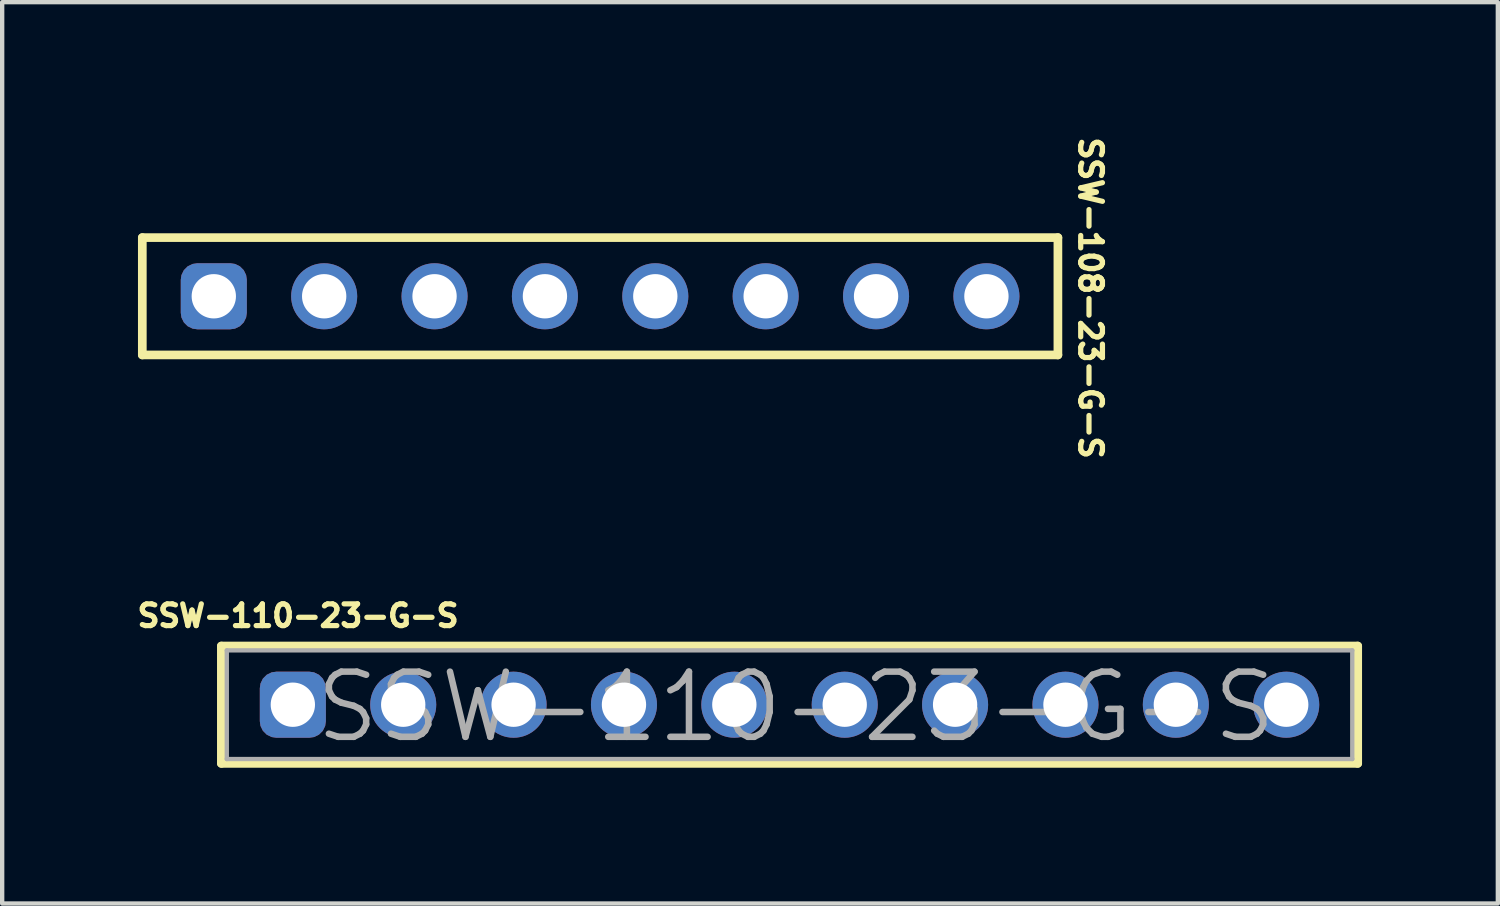
<source format=kicad_pcb>
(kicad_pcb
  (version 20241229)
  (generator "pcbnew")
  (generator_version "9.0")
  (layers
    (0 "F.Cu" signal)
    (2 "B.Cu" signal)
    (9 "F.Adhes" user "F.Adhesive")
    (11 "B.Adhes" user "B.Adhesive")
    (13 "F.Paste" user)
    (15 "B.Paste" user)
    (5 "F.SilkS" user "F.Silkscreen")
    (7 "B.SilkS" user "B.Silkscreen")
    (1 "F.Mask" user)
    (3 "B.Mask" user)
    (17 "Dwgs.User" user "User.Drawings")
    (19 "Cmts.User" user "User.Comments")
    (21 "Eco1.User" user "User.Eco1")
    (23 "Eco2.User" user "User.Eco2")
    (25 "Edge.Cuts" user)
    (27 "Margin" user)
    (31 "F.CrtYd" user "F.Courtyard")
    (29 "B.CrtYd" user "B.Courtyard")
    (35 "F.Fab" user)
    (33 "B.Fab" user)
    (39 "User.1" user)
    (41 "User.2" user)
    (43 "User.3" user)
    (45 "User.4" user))
  (footprint "SSW-110-23-G-S"
    (layer "F.Cu")
    (at 15.119 13.167)
    (property "Reference" "SSW-110-23-G-S" (at -11.31 -2.046 0) (unlocked yes) (layer "F.SilkS") (effects (font (size 0.5 0.5) (thickness 0.12))))
    (fp_line (start -13.075 -1.35) (end 13.075 -1.35) (stroke (width 0.2) (type solid)) (layer "F.SilkS"))
    (fp_line (start -13.075 1.35) (end -13.075 -1.35) (stroke (width 0.2) (type solid)) (layer "F.SilkS"))
    (fp_line (start -13.075 1.35) (end 13.075 1.35) (stroke (width 0.2) (type solid)) (layer "F.SilkS"))
    (fp_line (start 13.075 1.35) (end 13.075 -1.35) (stroke (width 0.2) (type solid)) (layer "F.SilkS"))
    (fp_line (start -12.95 -1.25) (end 12.95 -1.25) (stroke (width 0.1) (type solid)) (layer "F.Fab"))
    (fp_line (start -12.95 1.25) (end -12.95 -1.25) (stroke (width 0.1) (type solid)) (layer "F.Fab"))
    (fp_line (start -12.95 1.25) (end 12.95 1.25) (stroke (width 0.1) (type solid)) (layer "F.Fab"))
    (fp_line (start 12.95 1.25) (end 12.95 -1.25) (stroke (width 0.1) (type solid)) (layer "F.Fab"))
    (fp_line (start -12.95 -1.25) (end 12.95 -1.25) (stroke (width 0.1) (type solid)) (layer "User.4"))
    (fp_line (start -12.95 1.25) (end -12.95 -1.25) (stroke (width 0.1) (type solid)) (layer "User.4"))
    (fp_line (start -12.95 1.25) (end 12.95 1.25) (stroke (width 0.1) (type solid)) (layer "User.4"))
    (fp_line (start 12.95 1.25) (end 12.95 -1.25) (stroke (width 0.1) (type solid)) (layer "User.4"))
    (fp_line (start -13.275 -1.55) (end 13.275 -1.55) (stroke (width 0.05) (type solid)) (layer "User.13"))
    (fp_line (start -13.275 1.55) (end -13.275 -1.55) (stroke (width 0.05) (type solid)) (layer "User.13"))
    (fp_line (start -13.275 1.55) (end 13.275 1.55) (stroke (width 0.05) (type solid)) (layer "User.13"))
    (fp_line (start -0.5 0) (end 0.5 0) (stroke (width 0.05) (type solid)) (layer "User.13"))
    (fp_line (start 0 0.5) (end 0 -0.5) (stroke (width 0.05) (type solid)) (layer "User.13"))
    (fp_line (start 13.275 1.55) (end 13.275 -1.55) (stroke (width 0.05) (type solid)) (layer "User.13"))
    (fp_text user "" (at 10.75 -1.639 0) (unlocked yes) (layer "F.SilkS") (effects (font (size 0.5 0.5) (thickness 0.12)) (justify left bottom)))
    (fp_text user "" (at -11.62 -1.639 0) (unlocked yes) (layer "F.SilkS") (effects (font (size 0.5 0.5) (thickness 0.12)) (justify left bottom)))
    (fp_text user "${REFERENCE}" (at 0.15 0.053 0) (unlocked yes) (layer "F.Fab") (effects (font (size 1.5 1.5) (thickness 0.15))))
    (pad "1" thru_hole roundrect (at -11.43 0) (size 1.52 1.52) (drill 1.02) (layers "*.Cu" "*.Mask") (roundrect_rratio 0.25))
    (pad "2" thru_hole circle (at -8.89 0) (size 1.52 1.52) (drill 1.02) (layers "*.Cu" "*.Mask"))
    (pad "3" thru_hole circle (at -6.35 0) (size 1.52 1.52) (drill 1.02) (layers "*.Cu" "*.Mask"))
    (pad "4" thru_hole circle (at -3.81 0) (size 1.52 1.52) (drill 1.02) (layers "*.Cu" "*.Mask"))
    (pad "5" thru_hole circle (at -1.27 0) (size 1.52 1.52) (drill 1.02) (layers "*.Cu" "*.Mask"))
    (pad "6" thru_hole circle (at 1.27 0) (size 1.52 1.52) (drill 1.02) (layers "*.Cu" "*.Mask"))
    (pad "7" thru_hole circle (at 3.81 0) (size 1.52 1.52) (drill 1.02) (layers "*.Cu" "*.Mask"))
    (pad "8" thru_hole circle (at 6.35 0) (size 1.52 1.52) (drill 1.02) (layers "*.Cu" "*.Mask"))
    (pad "9" thru_hole circle (at 8.89 0) (size 1.52 1.52) (drill 1.02) (layers "*.Cu" "*.Mask"))
    (pad "10" thru_hole circle (at 11.43 0) (size 1.52 1.52) (drill 1.02) (layers "*.Cu" "*.Mask")))
  (footprint "SSW-108-23-G-S"
    (layer "F.Cu")
    (at 10.76 3.768)
    (property "Reference" "SSW-108-23-G-S" (at 11.285 0.041 270) (unlocked yes) (layer "F.SilkS") (effects (font (size 0.5 0.5) (thickness 0.12))))
    (fp_line (start -10.535 -1.35) (end -10.535 1.35) (stroke (width 0.2) (type solid)) (layer "F.SilkS"))
    (fp_line (start 10.535 -1.35) (end -10.535 -1.35) (stroke (width 0.2) (type solid)) (layer "F.SilkS"))
    (fp_line (start 10.535 -1.35) (end 10.535 1.35) (stroke (width 0.2) (type solid)) (layer "F.SilkS"))
    (fp_line (start 10.535 1.35) (end -10.535 1.35) (stroke (width 0.2) (type solid)) (layer "F.SilkS"))
    (fp_line (start 0 -0.5) (end 0 0.5) (stroke (width 0.05) (type solid)) (layer "User.2"))
    (fp_line (start 0.5 0) (end -0.5 0) (stroke (width 0.05) (type solid)) (layer "User.2"))
    (fp_line (start -10.41 -1.25) (end -10.41 1.25) (stroke (width 0.1) (type solid)) (layer "User.4"))
    (fp_line (start 10.41 -1.25) (end -10.41 -1.25) (stroke (width 0.1) (type solid)) (layer "User.4"))
    (fp_line (start 10.41 -1.25) (end 10.41 1.25) (stroke (width 0.1) (type solid)) (layer "User.4"))
    (fp_line (start 10.41 1.25) (end -10.41 1.25) (stroke (width 0.1) (type solid)) (layer "User.4"))
    (fp_poly (pts (xy -9.399 -0.498) (xy -9.396 -0.495) (xy -8.363 -0.495) (xy -8.363 0.511) (xy -8.354 0.519) (xy -9.407 0.519)) (stroke (width 0.1) (type default)) (fill no) (layer "User.6"))
    (fp_line (start -10.735 -1.55) (end -10.735 1.55) (stroke (width 0.05) (type solid)) (layer "User.13"))
    (fp_line (start 10.735 -1.55) (end -10.735 -1.55) (stroke (width 0.05) (type solid)) (layer "User.13"))
    (fp_line (start 10.735 -1.55) (end 10.735 1.55) (stroke (width 0.05) (type solid)) (layer "User.13"))
    (fp_line (start 10.735 1.55) (end -10.735 1.55) (stroke (width 0.05) (type solid)) (layer "User.13"))
    (fp_text user "" (at 8.58 -1.639 0) (unlocked yes) (layer "F.SilkS") (effects (font (size 0.5 0.5) (thickness 0.12)) (justify left bottom)))
    (fp_text user "" (at -8.303 -2.558 0) (unlocked yes) (layer "F.SilkS") (effects (font (size 0.5 0.5) (thickness 0.12)) (justify left bottom)))
    (pad "1" thru_hole roundrect (at -8.89 0) (size 1.52 1.52) (drill 1.02) (layers "*.Cu" "*.Mask") (roundrect_rratio 0.25))
    (pad "2" thru_hole circle (at -6.35 0) (size 1.52 1.52) (drill 1.02) (layers "*.Cu" "*.Mask"))
    (pad "3" thru_hole circle (at -3.81 0) (size 1.52 1.52) (drill 1.02) (layers "*.Cu" "*.Mask"))
    (pad "4" thru_hole circle (at -1.27 0) (size 1.52 1.52) (drill 1.02) (layers "*.Cu" "*.Mask"))
    (pad "5" thru_hole circle (at 1.27 0) (size 1.52 1.52) (drill 1.02) (layers "*.Cu" "*.Mask"))
    (pad "6" thru_hole circle (at 3.81 0) (size 1.52 1.52) (drill 1.02) (layers "*.Cu" "*.Mask"))
    (pad "7" thru_hole circle (at 6.35 0) (size 1.52 1.52) (drill 1.02) (layers "*.Cu" "*.Mask"))
    (pad "8" thru_hole circle (at 8.89 0) (size 1.52 1.52) (drill 1.02) (layers "*.Cu" "*.Mask")))
  (gr_rect
    (start -3 -3)
    (end 31.419 17.742)
    (stroke (width 0.1) (type default))
    (fill no)
    (layer "Edge.Cuts")))
</source>
